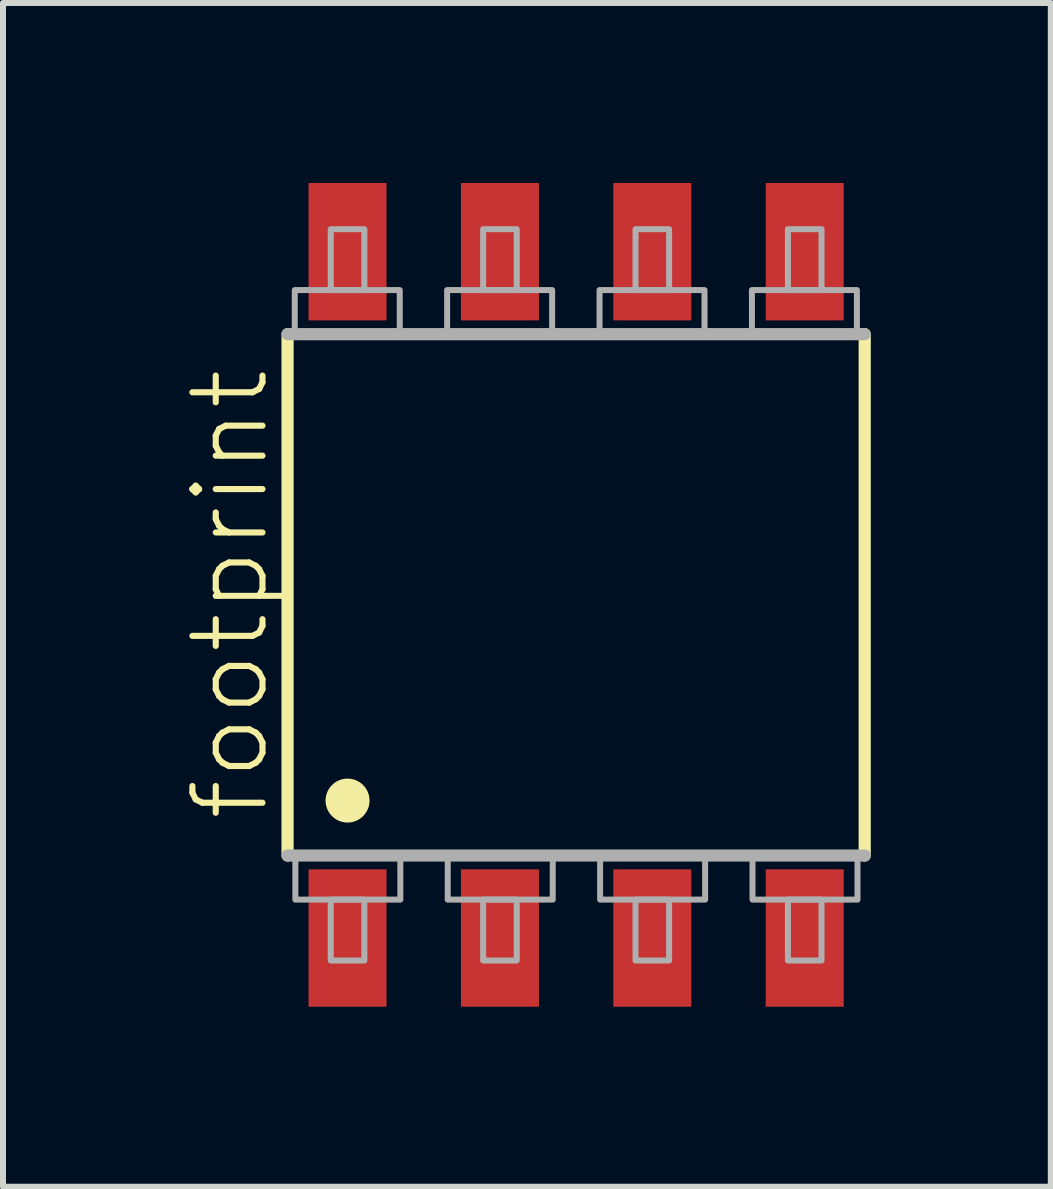
<source format=kicad_pcb>
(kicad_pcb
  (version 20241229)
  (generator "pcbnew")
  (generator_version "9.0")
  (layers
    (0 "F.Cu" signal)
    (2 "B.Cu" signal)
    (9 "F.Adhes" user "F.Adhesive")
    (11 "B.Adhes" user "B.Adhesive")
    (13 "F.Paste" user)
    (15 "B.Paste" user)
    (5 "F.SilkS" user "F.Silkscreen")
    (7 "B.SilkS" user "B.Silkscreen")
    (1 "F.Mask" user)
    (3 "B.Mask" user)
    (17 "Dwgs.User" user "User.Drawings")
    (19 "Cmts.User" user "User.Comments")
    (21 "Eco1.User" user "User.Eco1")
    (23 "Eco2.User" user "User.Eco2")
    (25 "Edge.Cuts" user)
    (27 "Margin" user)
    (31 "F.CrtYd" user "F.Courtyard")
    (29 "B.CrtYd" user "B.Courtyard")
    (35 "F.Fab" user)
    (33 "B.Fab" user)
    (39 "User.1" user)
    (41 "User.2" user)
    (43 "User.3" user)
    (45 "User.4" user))
  (footprint "footprint"
    (layer "F.Cu")
    (at 6.553 6.865)
    (property "Reference" "footprint" (at -5.08 3.81 90) (layer "F.SilkS") (effects (font (size 1.168 1.168) (thickness 0.102)) (justify left bottom)))
    (fp_line (start -4.81 -4.345) (end -4.81 4.345) (stroke (width 0.203) (type solid)) (layer "F.SilkS"))
    (fp_line (start 4.81 4.345) (end 4.81 -4.345) (stroke (width 0.203) (type solid)) (layer "F.SilkS"))
    (fp_circle (center -3.81 3.429) (end -3.627 3.429) (stroke (width 0.367) (type solid)) (fill yes) (layer "F.SilkS"))
    (fp_line (start -4.81 4.345) (end 4.81 4.345) (stroke (width 0.203) (type solid)) (layer "F.Fab"))
    (fp_line (start 4.81 -4.345) (end -4.81 -4.345) (stroke (width 0.203) (type solid)) (layer "F.Fab"))
    (fp_poly (pts (xy -4.68 5.08) (xy -2.93 5.08) (xy -2.93 4.37) (xy -4.68 4.37)) (stroke (width 0.1) (type solid)) (fill no) (layer "F.Fab"))
    (fp_poly (pts (xy -4.09 -5.08) (xy -3.53 -5.08) (xy -3.53 -6.095) (xy -4.09 -6.095)) (stroke (width 0.1) (type solid)) (fill no) (layer "F.Fab"))
    (fp_poly (pts (xy -3.53 5.08) (xy -4.09 5.08) (xy -4.09 6.095) (xy -3.53 6.095)) (stroke (width 0.1) (type solid)) (fill no) (layer "F.Fab"))
    (fp_poly (pts (xy -2.94 -5.08) (xy -4.69 -5.08) (xy -4.69 -4.37) (xy -2.94 -4.37)) (stroke (width 0.1) (type solid)) (fill no) (layer "F.Fab"))
    (fp_poly (pts (xy -2.14 5.08) (xy -0.39 5.08) (xy -0.39 4.37) (xy -2.14 4.37)) (stroke (width 0.1) (type solid)) (fill no) (layer "F.Fab"))
    (fp_poly (pts (xy -1.55 -5.08) (xy -0.99 -5.08) (xy -0.99 -6.095) (xy -1.55 -6.095)) (stroke (width 0.1) (type solid)) (fill no) (layer "F.Fab"))
    (fp_poly (pts (xy -1.55 6.095) (xy -0.99 6.095) (xy -0.99 5.08) (xy -1.55 5.08)) (stroke (width 0.1) (type solid)) (fill no) (layer "F.Fab"))
    (fp_poly (pts (xy -0.4 -5.08) (xy -2.15 -5.08) (xy -2.15 -4.37) (xy -0.4 -4.37)) (stroke (width 0.1) (type solid)) (fill no) (layer "F.Fab"))
    (fp_poly (pts (xy 0.4 5.08) (xy 2.15 5.08) (xy 2.15 4.37) (xy 0.4 4.37)) (stroke (width 0.1) (type solid)) (fill no) (layer "F.Fab"))
    (fp_poly (pts (xy 0.99 -5.08) (xy 1.55 -5.08) (xy 1.55 -6.095) (xy 0.99 -6.095)) (stroke (width 0.1) (type solid)) (fill no) (layer "F.Fab"))
    (fp_poly (pts (xy 0.99 6.095) (xy 1.55 6.095) (xy 1.55 5.08) (xy 0.99 5.08)) (stroke (width 0.1) (type solid)) (fill no) (layer "F.Fab"))
    (fp_poly (pts (xy 2.14 -5.08) (xy 0.39 -5.08) (xy 0.39 -4.37) (xy 2.14 -4.37)) (stroke (width 0.1) (type solid)) (fill no) (layer "F.Fab"))
    (fp_poly (pts (xy 2.94 5.08) (xy 4.69 5.08) (xy 4.69 4.37) (xy 2.94 4.37)) (stroke (width 0.1) (type solid)) (fill no) (layer "F.Fab"))
    (fp_poly (pts (xy 3.53 -5.08) (xy 4.09 -5.08) (xy 4.09 -6.095) (xy 3.53 -6.095)) (stroke (width 0.1) (type solid)) (fill no) (layer "F.Fab"))
    (fp_poly (pts (xy 4.09 5.08) (xy 3.53 5.08) (xy 3.53 6.095) (xy 4.09 6.095)) (stroke (width 0.1) (type solid)) (fill no) (layer "F.Fab"))
    (fp_poly (pts (xy 4.68 -5.08) (xy 2.93 -5.08) (xy 2.93 -4.37) (xy 4.68 -4.37)) (stroke (width 0.1) (type solid)) (fill no) (layer "F.Fab"))
    (pad "1" smd rect (at -3.81 5.72) (size 1.3 2.29) (layers "F.Cu" "F.Mask" "F.Paste"))
    (pad "2" smd rect (at -1.27 5.72) (size 1.3 2.29) (layers "F.Cu" "F.Mask" "F.Paste"))
    (pad "3" smd rect (at 1.27 5.72) (size 1.3 2.29) (layers "F.Cu" "F.Mask" "F.Paste"))
    (pad "4" smd rect (at 3.81 5.72) (size 1.3 2.29) (layers "F.Cu" "F.Mask" "F.Paste"))
    (pad "5" smd rect (at 3.81 -5.72) (size 1.3 2.29) (layers "F.Cu" "F.Mask" "F.Paste"))
    (pad "6" smd rect (at 1.27 -5.72) (size 1.3 2.29) (layers "F.Cu" "F.Mask" "F.Paste"))
    (pad "7" smd rect (at -1.27 -5.72) (size 1.3 2.29) (layers "F.Cu" "F.Mask" "F.Paste"))
    (pad "8" smd rect (at -3.81 -5.72) (size 1.3 2.29) (layers "F.Cu" "F.Mask" "F.Paste")))
  (gr_rect
    (start -3 -3)
    (end 14.465 16.73)
    (stroke (width 0.1) (type default))
    (fill no)
    (layer "Edge.Cuts")))
</source>
